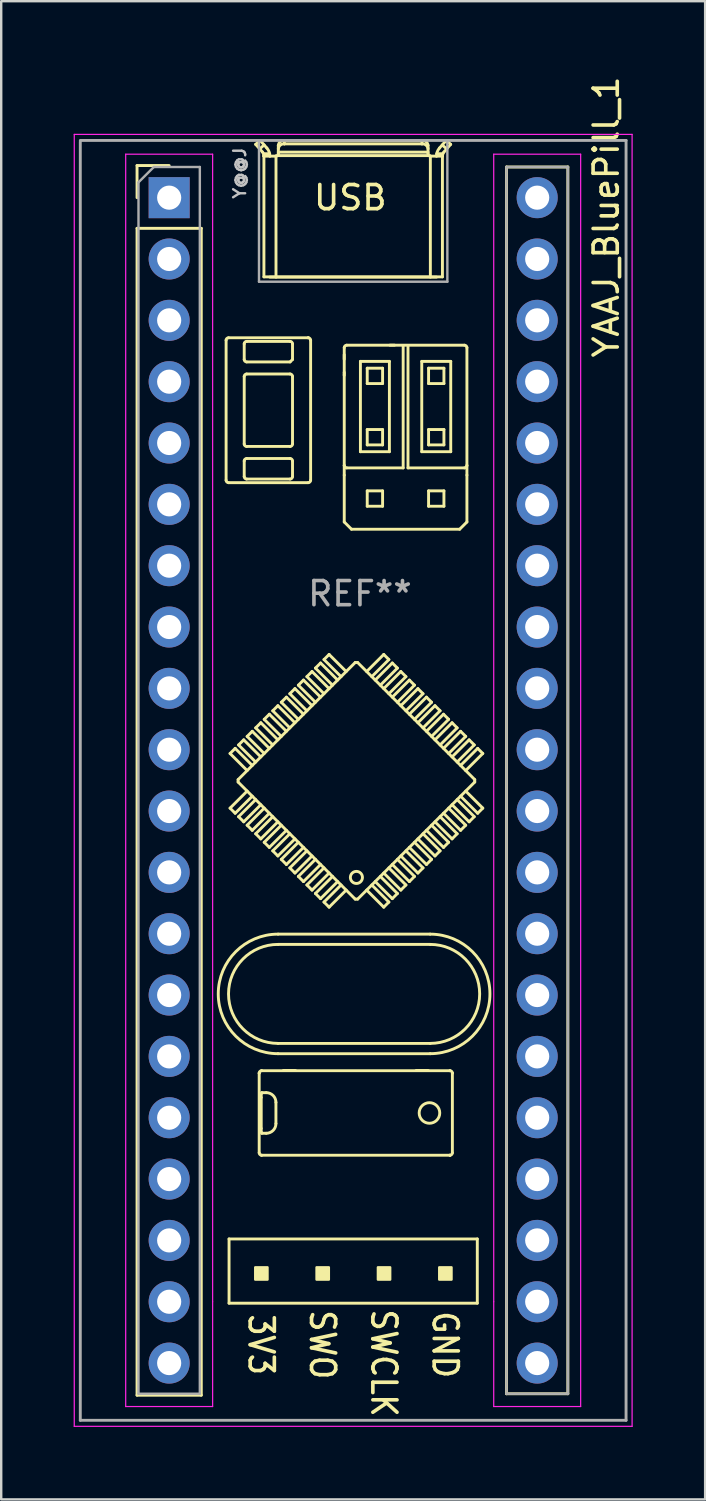
<source format=kicad_pcb>
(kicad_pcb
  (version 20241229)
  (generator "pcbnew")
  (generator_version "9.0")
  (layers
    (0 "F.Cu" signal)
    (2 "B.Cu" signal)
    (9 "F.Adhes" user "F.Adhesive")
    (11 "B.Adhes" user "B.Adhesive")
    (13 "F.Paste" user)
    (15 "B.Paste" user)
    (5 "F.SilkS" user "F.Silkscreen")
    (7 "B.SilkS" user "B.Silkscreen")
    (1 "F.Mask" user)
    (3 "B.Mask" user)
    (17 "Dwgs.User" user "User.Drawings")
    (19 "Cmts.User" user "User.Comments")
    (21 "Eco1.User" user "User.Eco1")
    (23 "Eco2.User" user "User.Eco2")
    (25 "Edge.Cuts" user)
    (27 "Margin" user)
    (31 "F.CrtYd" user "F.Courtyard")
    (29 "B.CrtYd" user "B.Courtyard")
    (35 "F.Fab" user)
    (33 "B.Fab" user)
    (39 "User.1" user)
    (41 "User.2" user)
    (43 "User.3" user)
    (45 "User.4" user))
  (footprint "YAAJ_BluePill_1"
    (layer "F.Cu")
    (at 3.955 5.135)
    (property "Reference" "YAAJ_BluePill_1" (at 18.1 0.8 270) (layer "F.SilkS") (effects (font (size 1 1) (thickness 0.15))))
    (attr through_hole)
    (fp_line (start -1.33 -1.33) (end 0 -1.33) (stroke (width 0.12) (type solid)) (layer "F.SilkS"))
    (fp_line (start -1.33 0) (end -1.33 -1.33) (stroke (width 0.12) (type solid)) (layer "F.SilkS"))
    (fp_line (start -1.33 1.27) (end 1.33 1.27) (stroke (width 0.12) (type solid)) (layer "F.SilkS"))
    (fp_line (start -1.33 49.59) (end -1.33 1.27) (stroke (width 0.12) (type solid)) (layer "F.SilkS"))
    (fp_line (start 1.33 1.27) (end 1.33 49.59) (stroke (width 0.12) (type solid)) (layer "F.SilkS"))
    (fp_line (start 1.33 49.59) (end -1.33 49.59) (stroke (width 0.12) (type solid)) (layer "F.SilkS"))
    (fp_line (start 2.358 5.902) (end 2.358 11.702) (stroke (width 0.12) (type solid)) (layer "F.SilkS"))
    (fp_line (start 2.458 11.802) (end 5.758 11.802) (stroke (width 0.12) (type solid)) (layer "F.SilkS"))
    (fp_line (start 2.48 43.12) (end 2.48 45.78) (stroke (width 0.12) (type solid)) (layer "F.SilkS"))
    (fp_line (start 2.48 45.78) (end 12.76 45.78) (stroke (width 0.12) (type solid)) (layer "F.SilkS"))
    (fp_line (start 2.522 23.017) (end 3.229 23.724) (stroke (width 0.12) (type solid)) (layer "F.SilkS"))
    (fp_line (start 2.522 25.28) (end 3.229 24.573) (stroke (width 0.12) (type solid)) (layer "F.SilkS"))
    (fp_line (start 2.734 22.805) (end 2.522 23.017) (stroke (width 0.12) (type solid)) (layer "F.SilkS"))
    (fp_line (start 2.734 22.805) (end 3.441 23.512) (stroke (width 0.12) (type solid)) (layer "F.SilkS"))
    (fp_line (start 2.734 25.492) (end 2.522 25.28) (stroke (width 0.12) (type solid)) (layer "F.SilkS"))
    (fp_line (start 2.734 25.492) (end 3.441 24.785) (stroke (width 0.12) (type solid)) (layer "F.SilkS"))
    (fp_line (start 2.855 24.199) (end 2.855 24.099) (stroke (width 0.12) (type solid)) (layer "F.SilkS"))
    (fp_line (start 2.855 24.199) (end 7.704 29.048) (stroke (width 0.12) (type solid)) (layer "F.SilkS"))
    (fp_line (start 2.875 22.664) (end 3.583 23.371) (stroke (width 0.12) (type solid)) (layer "F.SilkS"))
    (fp_line (start 2.875 25.634) (end 3.583 24.926) (stroke (width 0.12) (type solid)) (layer "F.SilkS"))
    (fp_line (start 3.088 22.452) (end 2.875 22.664) (stroke (width 0.12) (type solid)) (layer "F.SilkS"))
    (fp_line (start 3.088 22.452) (end 3.795 23.159) (stroke (width 0.12) (type solid)) (layer "F.SilkS"))
    (fp_line (start 3.088 25.846) (end 2.875 25.634) (stroke (width 0.12) (type solid)) (layer "F.SilkS"))
    (fp_line (start 3.088 25.846) (end 3.795 25.139) (stroke (width 0.12) (type solid)) (layer "F.SilkS"))
    (fp_line (start 3.108 6.702) (end 3.108 6.052) (stroke (width 0.12) (type solid)) (layer "F.SilkS"))
    (fp_line (start 3.108 10.202) (end 3.108 7.402) (stroke (width 0.12) (type solid)) (layer "F.SilkS"))
    (fp_line (start 3.108 11.552) (end 3.108 10.902) (stroke (width 0.12) (type solid)) (layer "F.SilkS"))
    (fp_line (start 3.208 5.952) (end 5.008 5.952) (stroke (width 0.12) (type solid)) (layer "F.SilkS"))
    (fp_line (start 3.208 7.302) (end 5.008 7.302) (stroke (width 0.12) (type solid)) (layer "F.SilkS"))
    (fp_line (start 3.208 10.802) (end 5.008 10.802) (stroke (width 0.12) (type solid)) (layer "F.SilkS"))
    (fp_line (start 3.229 22.31) (end 3.936 23.017) (stroke (width 0.12) (type solid)) (layer "F.SilkS"))
    (fp_line (start 3.229 25.987) (end 3.936 25.28) (stroke (width 0.12) (type solid)) (layer "F.SilkS"))
    (fp_line (start 3.441 22.098) (end 3.229 22.31) (stroke (width 0.12) (type solid)) (layer "F.SilkS"))
    (fp_line (start 3.441 22.098) (end 4.148 22.805) (stroke (width 0.12) (type solid)) (layer "F.SilkS"))
    (fp_line (start 3.441 26.199) (end 3.229 25.987) (stroke (width 0.12) (type solid)) (layer "F.SilkS"))
    (fp_line (start 3.441 26.199) (end 4.148 25.492) (stroke (width 0.12) (type solid)) (layer "F.SilkS"))
    (fp_line (start 3.583 -2.207) (end 3.861 -1.891) (stroke (width 0.12) (type solid)) (layer "F.SilkS"))
    (fp_line (start 3.583 21.957) (end 4.29 22.664) (stroke (width 0.12) (type solid)) (layer "F.SilkS"))
    (fp_line (start 3.583 26.341) (end 4.29 25.634) (stroke (width 0.12) (type solid)) (layer "F.SilkS"))
    (fp_line (start 3.728 36.253) (end 3.728 39.553) (stroke (width 0.12) (type solid)) (layer "F.SilkS"))
    (fp_line (start 3.728 36.252) (end 3.728 36.253) (stroke (width 0.12) (type solid)) (layer "F.SilkS"))
    (fp_line (start 3.748 -2.02) (end 3.933 -2.182) (stroke (width 0.12) (type solid)) (layer "F.SilkS"))
    (fp_line (start 3.767 -2.37) (end 3.583 -2.207) (stroke (width 0.12) (type solid)) (layer "F.SilkS"))
    (fp_line (start 3.795 21.744) (end 3.583 21.957) (stroke (width 0.12) (type solid)) (layer "F.SilkS"))
    (fp_line (start 3.795 21.744) (end 4.502 22.452) (stroke (width 0.12) (type solid)) (layer "F.SilkS"))
    (fp_line (start 3.795 26.553) (end 3.583 26.341) (stroke (width 0.12) (type solid)) (layer "F.SilkS"))
    (fp_line (start 3.795 26.553) (end 4.502 25.846) (stroke (width 0.12) (type solid)) (layer "F.SilkS"))
    (fp_line (start 3.812 38.544) (end 3.812 37.262) (stroke (width 0.12) (type solid)) (layer "F.SilkS"))
    (fp_line (start 3.827 39.653) (end 3.828 39.653) (stroke (width 0.12) (type solid)) (layer "F.SilkS"))
    (fp_line (start 3.828 36.153) (end 3.827 36.153) (stroke (width 0.12) (type solid)) (layer "F.SilkS"))
    (fp_line (start 3.828 36.153) (end 11.628 36.153) (stroke (width 0.12) (type solid)) (layer "F.SilkS"))
    (fp_line (start 3.828 39.653) (end 11.628 39.653) (stroke (width 0.12) (type solid)) (layer "F.SilkS"))
    (fp_line (start 3.834 38.744) (end 4.021 38.744) (stroke (width 0.12) (type solid)) (layer "F.SilkS"))
    (fp_line (start 3.924 -1.728) (end 3.929 -1.72) (stroke (width 0.12) (type solid)) (layer "F.SilkS"))
    (fp_line (start 3.924 -1.726) (end 3.924 -1.728) (stroke (width 0.12) (type solid)) (layer "F.SilkS"))
    (fp_line (start 3.924 -1.726) (end 3.924 3.28) (stroke (width 0.12) (type solid)) (layer "F.SilkS"))
    (fp_line (start 3.929 -1.72) (end 3.93 -1.72) (stroke (width 0.12) (type solid)) (layer "F.SilkS"))
    (fp_line (start 3.93 -1.72) (end 4.42 -1.72) (stroke (width 0.12) (type solid)) (layer "F.SilkS"))
    (fp_line (start 3.936 21.603) (end 4.643 22.31) (stroke (width 0.12) (type solid)) (layer "F.SilkS"))
    (fp_line (start 3.936 26.694) (end 4.643 25.987) (stroke (width 0.12) (type solid)) (layer "F.SilkS"))
    (fp_line (start 4.021 37.062) (end 3.834 37.062) (stroke (width 0.12) (type solid)) (layer "F.SilkS"))
    (fp_line (start 4.045 -2.055) (end 3.767 -2.37) (stroke (width 0.12) (type solid)) (layer "F.SilkS"))
    (fp_line (start 4.148 21.391) (end 3.936 21.603) (stroke (width 0.12) (type solid)) (layer "F.SilkS"))
    (fp_line (start 4.148 21.391) (end 4.855 22.098) (stroke (width 0.12) (type solid)) (layer "F.SilkS"))
    (fp_line (start 4.148 26.906) (end 3.936 26.694) (stroke (width 0.12) (type solid)) (layer "F.SilkS"))
    (fp_line (start 4.148 26.906) (end 4.855 26.199) (stroke (width 0.12) (type solid)) (layer "F.SilkS"))
    (fp_line (start 4.161 -1.82) (end 3.905 -1.82) (stroke (width 0.12) (type solid)) (layer "F.SilkS"))
    (fp_line (start 4.17 -1.72) (end 4.17 -1.724) (stroke (width 0.12) (type solid)) (layer "F.SilkS"))
    (fp_line (start 4.29 21.249) (end 4.997 21.957) (stroke (width 0.12) (type solid)) (layer "F.SilkS"))
    (fp_line (start 4.29 27.048) (end 4.997 26.341) (stroke (width 0.12) (type solid)) (layer "F.SilkS"))
    (fp_line (start 4.42 -1.72) (end 4.424 -1.72) (stroke (width 0.12) (type solid)) (layer "F.SilkS"))
    (fp_line (start 4.421 37.462) (end 4.421 38.344) (stroke (width 0.12) (type solid)) (layer "F.SilkS"))
    (fp_line (start 4.424 -1.72) (end 4.424 3.29) (stroke (width 0.12) (type solid)) (layer "F.SilkS"))
    (fp_line (start 4.502 21.037) (end 4.29 21.249) (stroke (width 0.12) (type solid)) (layer "F.SilkS"))
    (fp_line (start 4.502 21.037) (end 5.209 21.744) (stroke (width 0.12) (type solid)) (layer "F.SilkS"))
    (fp_line (start 4.502 27.26) (end 4.29 27.048) (stroke (width 0.12) (type solid)) (layer "F.SilkS"))
    (fp_line (start 4.502 27.26) (end 5.209 26.553) (stroke (width 0.12) (type solid)) (layer "F.SilkS"))
    (fp_line (start 4.508 30.923) (end 10.808 30.923) (stroke (width 0.12) (type solid)) (layer "F.SilkS"))
    (fp_line (start 4.508 35.448) (end 10.808 35.448) (stroke (width 0.12) (type solid)) (layer "F.SilkS"))
    (fp_line (start 4.52 -2.165) (end 4.52 -1.82) (stroke (width 0.12) (type solid)) (layer "F.SilkS"))
    (fp_line (start 4.52 -1.885) (end 10.72 -1.885) (stroke (width 0.12) (type solid)) (layer "F.SilkS"))
    (fp_line (start 4.643 20.896) (end 5.35 21.603) (stroke (width 0.12) (type solid)) (layer "F.SilkS"))
    (fp_line (start 4.643 27.401) (end 5.35 26.694) (stroke (width 0.12) (type solid)) (layer "F.SilkS"))
    (fp_line (start 4.77 -2.227) (end 4.77 -2.37) (stroke (width 0.12) (type solid)) (layer "F.SilkS"))
    (fp_line (start 4.855 20.684) (end 4.643 20.896) (stroke (width 0.12) (type solid)) (layer "F.SilkS"))
    (fp_line (start 4.855 20.684) (end 5.562 21.391) (stroke (width 0.12) (type solid)) (layer "F.SilkS"))
    (fp_line (start 4.855 27.613) (end 4.643 27.401) (stroke (width 0.12) (type solid)) (layer "F.SilkS"))
    (fp_line (start 4.855 27.613) (end 5.562 26.906) (stroke (width 0.12) (type solid)) (layer "F.SilkS"))
    (fp_line (start 4.997 20.542) (end 5.704 21.249) (stroke (width 0.12) (type solid)) (layer "F.SilkS"))
    (fp_line (start 4.997 27.755) (end 5.704 27.048) (stroke (width 0.12) (type solid)) (layer "F.SilkS"))
    (fp_line (start 5.008 6.802) (end 3.208 6.802) (stroke (width 0.12) (type solid)) (layer "F.SilkS"))
    (fp_line (start 5.008 10.302) (end 3.208 10.302) (stroke (width 0.12) (type solid)) (layer "F.SilkS"))
    (fp_line (start 5.008 11.652) (end 3.208 11.652) (stroke (width 0.12) (type solid)) (layer "F.SilkS"))
    (fp_line (start 5.108 6.052) (end 5.108 6.702) (stroke (width 0.12) (type solid)) (layer "F.SilkS"))
    (fp_line (start 5.108 6.702) (end 5.008 6.802) (stroke (width 0.12) (type solid)) (layer "F.SilkS"))
    (fp_line (start 5.108 7.402) (end 5.108 10.202) (stroke (width 0.12) (type solid)) (layer "F.SilkS"))
    (fp_line (start 5.108 10.902) (end 5.108 11.552) (stroke (width 0.12) (type solid)) (layer "F.SilkS"))
    (fp_line (start 5.209 20.33) (end 4.997 20.542) (stroke (width 0.12) (type solid)) (layer "F.SilkS"))
    (fp_line (start 5.209 20.33) (end 5.916 21.037) (stroke (width 0.12) (type solid)) (layer "F.SilkS"))
    (fp_line (start 5.209 27.967) (end 4.997 27.755) (stroke (width 0.12) (type solid)) (layer "F.SilkS"))
    (fp_line (start 5.209 27.967) (end 5.916 27.26) (stroke (width 0.12) (type solid)) (layer "F.SilkS"))
    (fp_line (start 5.228 36.143) (end 4.728 36.143) (stroke (width 0.12) (type solid)) (layer "F.SilkS"))
    (fp_line (start 5.35 20.189) (end 6.057 20.896) (stroke (width 0.12) (type solid)) (layer "F.SilkS"))
    (fp_line (start 5.35 28.108) (end 6.057 27.401) (stroke (width 0.12) (type solid)) (layer "F.SilkS"))
    (fp_line (start 5.562 19.977) (end 5.35 20.189) (stroke (width 0.12) (type solid)) (layer "F.SilkS"))
    (fp_line (start 5.562 19.977) (end 6.27 20.684) (stroke (width 0.12) (type solid)) (layer "F.SilkS"))
    (fp_line (start 5.562 28.321) (end 5.35 28.108) (stroke (width 0.12) (type solid)) (layer "F.SilkS"))
    (fp_line (start 5.562 28.321) (end 6.27 27.613) (stroke (width 0.12) (type solid)) (layer "F.SilkS"))
    (fp_line (start 5.704 19.835) (end 6.411 20.542) (stroke (width 0.12) (type solid)) (layer "F.SilkS"))
    (fp_line (start 5.704 28.462) (end 6.411 27.755) (stroke (width 0.12) (type solid)) (layer "F.SilkS"))
    (fp_line (start 5.758 5.802) (end 2.458 5.802) (stroke (width 0.12) (type solid)) (layer "F.SilkS"))
    (fp_line (start 5.762 5.802) (end 5.758 5.802) (stroke (width 0.12) (type solid)) (layer "F.SilkS"))
    (fp_line (start 5.858 11.702) (end 5.858 5.902) (stroke (width 0.12) (type solid)) (layer "F.SilkS"))
    (fp_line (start 5.916 19.623) (end 5.704 19.835) (stroke (width 0.12) (type solid)) (layer "F.SilkS"))
    (fp_line (start 5.916 19.623) (end 6.623 20.33) (stroke (width 0.12) (type solid)) (layer "F.SilkS"))
    (fp_line (start 5.916 28.674) (end 5.704 28.462) (stroke (width 0.12) (type solid)) (layer "F.SilkS"))
    (fp_line (start 5.916 28.674) (end 6.623 27.967) (stroke (width 0.12) (type solid)) (layer "F.SilkS"))
    (fp_line (start 6.057 19.482) (end 6.765 20.189) (stroke (width 0.12) (type solid)) (layer "F.SilkS"))
    (fp_line (start 6.057 28.815) (end 6.765 28.108) (stroke (width 0.12) (type solid)) (layer "F.SilkS"))
    (fp_line (start 6.27 19.27) (end 6.057 19.482) (stroke (width 0.12) (type solid)) (layer "F.SilkS"))
    (fp_line (start 6.27 19.27) (end 6.977 19.977) (stroke (width 0.12) (type solid)) (layer "F.SilkS"))
    (fp_line (start 6.27 29.028) (end 6.057 28.815) (stroke (width 0.12) (type solid)) (layer "F.SilkS"))
    (fp_line (start 6.27 29.028) (end 6.977 28.321) (stroke (width 0.12) (type solid)) (layer "F.SilkS"))
    (fp_line (start 6.411 19.128) (end 7.118 19.835) (stroke (width 0.12) (type solid)) (layer "F.SilkS"))
    (fp_line (start 6.411 29.169) (end 7.118 28.462) (stroke (width 0.12) (type solid)) (layer "F.SilkS"))
    (fp_line (start 6.623 18.916) (end 6.411 19.128) (stroke (width 0.12) (type solid)) (layer "F.SilkS"))
    (fp_line (start 6.623 18.916) (end 7.33 19.623) (stroke (width 0.12) (type solid)) (layer "F.SilkS"))
    (fp_line (start 6.623 29.381) (end 6.411 29.169) (stroke (width 0.12) (type solid)) (layer "F.SilkS"))
    (fp_line (start 6.623 29.381) (end 7.33 28.674) (stroke (width 0.12) (type solid)) (layer "F.SilkS"))
    (fp_line (start 7.249 6.502) (end 7.249 6.691) (stroke (width 0.12) (type solid)) (layer "F.SilkS"))
    (fp_line (start 7.249 7.231) (end 7.249 7.265) (stroke (width 0.12) (type solid)) (layer "F.SilkS"))
    (fp_line (start 7.249 7.315) (end 7.249 7.359) (stroke (width 0.12) (type solid)) (layer "F.SilkS"))
    (fp_line (start 7.25 11.09) (end 7.25 6.21) (stroke (width 0.12) (type solid)) (layer "F.SilkS"))
    (fp_line (start 7.25 11.09) (end 7.25 11.49) (stroke (width 0.12) (type solid)) (layer "F.SilkS"))
    (fp_line (start 7.25 11.49) (end 7.25 13.43) (stroke (width 0.12) (type solid)) (layer "F.SilkS"))
    (fp_line (start 7.25 13.43) (end 7.55 13.73) (stroke (width 0.12) (type solid)) (layer "F.SilkS"))
    (fp_line (start 7.35 6.11) (end 12.23 6.11) (stroke (width 0.12) (type solid)) (layer "F.SilkS"))
    (fp_line (start 7.55 13.73) (end 12.03 13.73) (stroke (width 0.12) (type solid)) (layer "F.SilkS"))
    (fp_line (start 7.704 19.249) (end 2.855 24.099) (stroke (width 0.12) (type solid)) (layer "F.SilkS"))
    (fp_line (start 7.704 29.048) (end 7.804 29.048) (stroke (width 0.12) (type solid)) (layer "F.SilkS"))
    (fp_line (start 7.804 19.249) (end 7.704 19.249) (stroke (width 0.12) (type solid)) (layer "F.SilkS"))
    (fp_line (start 7.92 6.78) (end 9.12 6.78) (stroke (width 0.12) (type solid)) (layer "F.SilkS"))
    (fp_line (start 7.92 10.52) (end 7.92 6.78) (stroke (width 0.12) (type solid)) (layer "F.SilkS"))
    (fp_line (start 8.202 7.062) (end 8.838 7.062) (stroke (width 0.12) (type solid)) (layer "F.SilkS"))
    (fp_line (start 8.202 7.698) (end 8.202 7.062) (stroke (width 0.12) (type solid)) (layer "F.SilkS"))
    (fp_line (start 8.202 9.602) (end 8.838 9.602) (stroke (width 0.12) (type solid)) (layer "F.SilkS"))
    (fp_line (start 8.202 10.238) (end 8.202 9.602) (stroke (width 0.12) (type solid)) (layer "F.SilkS"))
    (fp_line (start 8.202 12.142) (end 8.838 12.142) (stroke (width 0.12) (type solid)) (layer "F.SilkS"))
    (fp_line (start 8.202 12.778) (end 8.202 12.142) (stroke (width 0.12) (type solid)) (layer "F.SilkS"))
    (fp_line (start 8.838 7.062) (end 8.838 7.698) (stroke (width 0.12) (type solid)) (layer "F.SilkS"))
    (fp_line (start 8.838 7.698) (end 8.202 7.698) (stroke (width 0.12) (type solid)) (layer "F.SilkS"))
    (fp_line (start 8.838 9.602) (end 8.838 10.238) (stroke (width 0.12) (type solid)) (layer "F.SilkS"))
    (fp_line (start 8.838 10.238) (end 8.202 10.238) (stroke (width 0.12) (type solid)) (layer "F.SilkS"))
    (fp_line (start 8.838 12.142) (end 8.838 12.778) (stroke (width 0.12) (type solid)) (layer "F.SilkS"))
    (fp_line (start 8.838 12.778) (end 8.202 12.778) (stroke (width 0.12) (type solid)) (layer "F.SilkS"))
    (fp_line (start 8.886 18.916) (end 8.179 19.623) (stroke (width 0.12) (type solid)) (layer "F.SilkS"))
    (fp_line (start 8.886 29.381) (end 8.179 28.674) (stroke (width 0.12) (type solid)) (layer "F.SilkS"))
    (fp_line (start 9.098 19.128) (end 8.391 19.835) (stroke (width 0.12) (type solid)) (layer "F.SilkS"))
    (fp_line (start 9.098 19.128) (end 8.886 18.916) (stroke (width 0.12) (type solid)) (layer "F.SilkS"))
    (fp_line (start 9.098 29.169) (end 8.391 28.462) (stroke (width 0.12) (type solid)) (layer "F.SilkS"))
    (fp_line (start 9.098 29.169) (end 8.886 29.381) (stroke (width 0.12) (type solid)) (layer "F.SilkS"))
    (fp_line (start 9.12 6.78) (end 9.12 10.52) (stroke (width 0.12) (type solid)) (layer "F.SilkS"))
    (fp_line (start 9.12 10.52) (end 7.92 10.52) (stroke (width 0.12) (type solid)) (layer "F.SilkS"))
    (fp_line (start 9.239 19.27) (end 8.532 19.977) (stroke (width 0.12) (type solid)) (layer "F.SilkS"))
    (fp_line (start 9.239 29.028) (end 8.532 28.321) (stroke (width 0.12) (type solid)) (layer "F.SilkS"))
    (fp_line (start 9.331 6.109) (end 9.142 6.109) (stroke (width 0.12) (type solid)) (layer "F.SilkS"))
    (fp_line (start 9.452 19.482) (end 8.744 20.189) (stroke (width 0.12) (type solid)) (layer "F.SilkS"))
    (fp_line (start 9.452 19.482) (end 9.239 19.27) (stroke (width 0.12) (type solid)) (layer "F.SilkS"))
    (fp_line (start 9.452 28.815) (end 8.744 28.108) (stroke (width 0.12) (type solid)) (layer "F.SilkS"))
    (fp_line (start 9.452 28.815) (end 9.239 29.028) (stroke (width 0.12) (type solid)) (layer "F.SilkS"))
    (fp_line (start 9.593 19.623) (end 8.886 20.33) (stroke (width 0.12) (type solid)) (layer "F.SilkS"))
    (fp_line (start 9.593 28.674) (end 8.886 27.967) (stroke (width 0.12) (type solid)) (layer "F.SilkS"))
    (fp_line (start 9.69 11.19) (end 7.35 11.19) (stroke (width 0.12) (type solid)) (layer "F.SilkS"))
    (fp_line (start 9.69 11.19) (end 9.69 6.121) (stroke (width 0.12) (type solid)) (layer "F.SilkS"))
    (fp_line (start 9.805 19.835) (end 9.098 20.542) (stroke (width 0.12) (type solid)) (layer "F.SilkS"))
    (fp_line (start 9.805 19.835) (end 9.593 19.623) (stroke (width 0.12) (type solid)) (layer "F.SilkS"))
    (fp_line (start 9.805 28.462) (end 9.098 27.755) (stroke (width 0.12) (type solid)) (layer "F.SilkS"))
    (fp_line (start 9.805 28.462) (end 9.593 28.674) (stroke (width 0.12) (type solid)) (layer "F.SilkS"))
    (fp_line (start 9.89 6.121) (end 9.89 11.19) (stroke (width 0.12) (type solid)) (layer "F.SilkS"))
    (fp_line (start 9.947 19.977) (end 9.239 20.684) (stroke (width 0.12) (type solid)) (layer "F.SilkS"))
    (fp_line (start 9.947 28.321) (end 9.239 27.613) (stroke (width 0.12) (type solid)) (layer "F.SilkS"))
    (fp_line (start 10.159 20.189) (end 9.452 20.896) (stroke (width 0.12) (type solid)) (layer "F.SilkS"))
    (fp_line (start 10.159 20.189) (end 9.947 19.977) (stroke (width 0.12) (type solid)) (layer "F.SilkS"))
    (fp_line (start 10.159 28.108) (end 9.452 27.401) (stroke (width 0.12) (type solid)) (layer "F.SilkS"))
    (fp_line (start 10.159 28.108) (end 9.947 28.321) (stroke (width 0.12) (type solid)) (layer "F.SilkS"))
    (fp_line (start 10.228 36.143) (end 10.728 36.143) (stroke (width 0.12) (type solid)) (layer "F.SilkS"))
    (fp_line (start 10.3 20.33) (end 9.593 21.037) (stroke (width 0.12) (type solid)) (layer "F.SilkS"))
    (fp_line (start 10.3 27.967) (end 9.593 27.26) (stroke (width 0.12) (type solid)) (layer "F.SilkS"))
    (fp_line (start 10.46 6.78) (end 11.66 6.78) (stroke (width 0.12) (type solid)) (layer "F.SilkS"))
    (fp_line (start 10.46 10.52) (end 10.46 6.78) (stroke (width 0.12) (type solid)) (layer "F.SilkS"))
    (fp_line (start 10.47 -2.37) (end 4.77 -2.37) (stroke (width 0.12) (type solid)) (layer "F.SilkS"))
    (fp_line (start 10.47 -2.227) (end 4.77 -2.227) (stroke (width 0.12) (type solid)) (layer "F.SilkS"))
    (fp_line (start 10.47 -2.227) (end 10.47 -2.37) (stroke (width 0.12) (type solid)) (layer "F.SilkS"))
    (fp_line (start 10.512 20.542) (end 9.805 21.249) (stroke (width 0.12) (type solid)) (layer "F.SilkS"))
    (fp_line (start 10.512 20.542) (end 10.3 20.33) (stroke (width 0.12) (type solid)) (layer "F.SilkS"))
    (fp_line (start 10.512 27.755) (end 9.805 27.048) (stroke (width 0.12) (type solid)) (layer "F.SilkS"))
    (fp_line (start 10.512 27.755) (end 10.3 27.967) (stroke (width 0.12) (type solid)) (layer "F.SilkS"))
    (fp_line (start 10.654 20.684) (end 9.947 21.391) (stroke (width 0.12) (type solid)) (layer "F.SilkS"))
    (fp_line (start 10.654 27.613) (end 9.947 26.906) (stroke (width 0.12) (type solid)) (layer "F.SilkS"))
    (fp_line (start 10.72 -2.165) (end 10.72 -1.82) (stroke (width 0.12) (type solid)) (layer "F.SilkS"))
    (fp_line (start 10.742 7.062) (end 11.378 7.062) (stroke (width 0.12) (type solid)) (layer "F.SilkS"))
    (fp_line (start 10.742 7.698) (end 10.742 7.062) (stroke (width 0.12) (type solid)) (layer "F.SilkS"))
    (fp_line (start 10.742 9.602) (end 11.378 9.602) (stroke (width 0.12) (type solid)) (layer "F.SilkS"))
    (fp_line (start 10.742 10.238) (end 10.742 9.602) (stroke (width 0.12) (type solid)) (layer "F.SilkS"))
    (fp_line (start 10.742 12.142) (end 11.378 12.142) (stroke (width 0.12) (type solid)) (layer "F.SilkS"))
    (fp_line (start 10.742 12.778) (end 10.742 12.142) (stroke (width 0.12) (type solid)) (layer "F.SilkS"))
    (fp_line (start 10.758 -1.741) (end 4.482 -1.741) (stroke (width 0.12) (type solid)) (layer "F.SilkS"))
    (fp_line (start 10.808 30.498) (end 4.508 30.498) (stroke (width 0.12) (type solid)) (layer "F.SilkS"))
    (fp_line (start 10.808 35.023) (end 4.508 35.023) (stroke (width 0.12) (type solid)) (layer "F.SilkS"))
    (fp_line (start 10.816 -1.72) (end 10.816 3.29) (stroke (width 0.12) (type solid)) (layer "F.SilkS"))
    (fp_line (start 10.82 -1.72) (end 10.816 -1.72) (stroke (width 0.12) (type solid)) (layer "F.SilkS"))
    (fp_line (start 10.866 20.896) (end 10.159 21.603) (stroke (width 0.12) (type solid)) (layer "F.SilkS"))
    (fp_line (start 10.866 20.896) (end 10.654 20.684) (stroke (width 0.12) (type solid)) (layer "F.SilkS"))
    (fp_line (start 10.866 27.401) (end 10.159 26.694) (stroke (width 0.12) (type solid)) (layer "F.SilkS"))
    (fp_line (start 10.866 27.401) (end 10.654 27.613) (stroke (width 0.12) (type solid)) (layer "F.SilkS"))
    (fp_line (start 11.007 21.037) (end 10.3 21.744) (stroke (width 0.12) (type solid)) (layer "F.SilkS"))
    (fp_line (start 11.007 27.26) (end 10.3 26.553) (stroke (width 0.12) (type solid)) (layer "F.SilkS"))
    (fp_line (start 11.07 -1.72) (end 11.07 -1.724) (stroke (width 0.12) (type solid)) (layer "F.SilkS"))
    (fp_line (start 11.07 3.29) (end 4.17 3.29) (stroke (width 0.12) (type solid)) (layer "F.SilkS"))
    (fp_line (start 11.079 -1.82) (end 11.335 -1.82) (stroke (width 0.12) (type solid)) (layer "F.SilkS"))
    (fp_line (start 11.195 -2.055) (end 11.473 -2.37) (stroke (width 0.12) (type solid)) (layer "F.SilkS"))
    (fp_line (start 11.219 21.249) (end 10.512 21.957) (stroke (width 0.12) (type solid)) (layer "F.SilkS"))
    (fp_line (start 11.219 21.249) (end 11.007 21.037) (stroke (width 0.12) (type solid)) (layer "F.SilkS"))
    (fp_line (start 11.219 27.048) (end 10.512 26.341) (stroke (width 0.12) (type solid)) (layer "F.SilkS"))
    (fp_line (start 11.219 27.048) (end 11.007 27.26) (stroke (width 0.12) (type solid)) (layer "F.SilkS"))
    (fp_line (start 11.31 -1.72) (end 10.82 -1.72) (stroke (width 0.12) (type solid)) (layer "F.SilkS"))
    (fp_line (start 11.311 -1.72) (end 11.31 -1.72) (stroke (width 0.12) (type solid)) (layer "F.SilkS"))
    (fp_line (start 11.316 -1.726) (end 11.316 3.28) (stroke (width 0.12) (type solid)) (layer "F.SilkS"))
    (fp_line (start 11.316 -1.726) (end 11.316 -1.728) (stroke (width 0.12) (type solid)) (layer "F.SilkS"))
    (fp_line (start 11.316 3.28) (end 3.924 3.28) (stroke (width 0.12) (type solid)) (layer "F.SilkS"))
    (fp_line (start 11.316 -1.728) (end 11.311 -1.72) (stroke (width 0.12) (type solid)) (layer "F.SilkS"))
    (fp_line (start 11.361 21.391) (end 10.654 22.098) (stroke (width 0.12) (type solid)) (layer "F.SilkS"))
    (fp_line (start 11.361 26.906) (end 10.654 26.199) (stroke (width 0.12) (type solid)) (layer "F.SilkS"))
    (fp_line (start 11.378 7.062) (end 11.378 7.698) (stroke (width 0.12) (type solid)) (layer "F.SilkS"))
    (fp_line (start 11.378 7.698) (end 10.742 7.698) (stroke (width 0.12) (type solid)) (layer "F.SilkS"))
    (fp_line (start 11.378 9.602) (end 11.378 10.238) (stroke (width 0.12) (type solid)) (layer "F.SilkS"))
    (fp_line (start 11.378 10.238) (end 10.742 10.238) (stroke (width 0.12) (type solid)) (layer "F.SilkS"))
    (fp_line (start 11.378 12.142) (end 11.378 12.778) (stroke (width 0.12) (type solid)) (layer "F.SilkS"))
    (fp_line (start 11.378 12.778) (end 10.742 12.778) (stroke (width 0.12) (type solid)) (layer "F.SilkS"))
    (fp_line (start 11.473 -2.37) (end 11.657 -2.207) (stroke (width 0.12) (type solid)) (layer "F.SilkS"))
    (fp_line (start 11.492 -2.02) (end 11.307 -2.182) (stroke (width 0.12) (type solid)) (layer "F.SilkS"))
    (fp_line (start 11.573 21.603) (end 10.866 22.31) (stroke (width 0.12) (type solid)) (layer "F.SilkS"))
    (fp_line (start 11.573 21.603) (end 11.361 21.391) (stroke (width 0.12) (type solid)) (layer "F.SilkS"))
    (fp_line (start 11.573 26.694) (end 10.866 25.987) (stroke (width 0.12) (type solid)) (layer "F.SilkS"))
    (fp_line (start 11.573 26.694) (end 11.361 26.906) (stroke (width 0.12) (type solid)) (layer "F.SilkS"))
    (fp_line (start 11.628 39.653) (end 11.628 39.653) (stroke (width 0.12) (type solid)) (layer "F.SilkS"))
    (fp_line (start 11.628 36.153) (end 11.628 36.153) (stroke (width 0.12) (type solid)) (layer "F.SilkS"))
    (fp_line (start 11.629 39.653) (end 11.628 39.653) (stroke (width 0.12) (type solid)) (layer "F.SilkS"))
    (fp_line (start 11.657 -2.207) (end 11.379 -1.891) (stroke (width 0.12) (type solid)) (layer "F.SilkS"))
    (fp_line (start 11.66 6.78) (end 11.66 10.52) (stroke (width 0.12) (type solid)) (layer "F.SilkS"))
    (fp_line (start 11.66 10.52) (end 10.46 10.52) (stroke (width 0.12) (type solid)) (layer "F.SilkS"))
    (fp_line (start 11.714 21.744) (end 11.007 22.452) (stroke (width 0.12) (type solid)) (layer "F.SilkS"))
    (fp_line (start 11.714 26.553) (end 11.007 25.846) (stroke (width 0.12) (type solid)) (layer "F.SilkS"))
    (fp_line (start 11.728 36.253) (end 11.728 36.252) (stroke (width 0.12) (type solid)) (layer "F.SilkS"))
    (fp_line (start 11.728 36.253) (end 11.728 39.553) (stroke (width 0.12) (type solid)) (layer "F.SilkS"))
    (fp_line (start 11.926 21.957) (end 11.219 22.664) (stroke (width 0.12) (type solid)) (layer "F.SilkS"))
    (fp_line (start 11.926 21.957) (end 11.714 21.744) (stroke (width 0.12) (type solid)) (layer "F.SilkS"))
    (fp_line (start 11.926 26.341) (end 11.219 25.634) (stroke (width 0.12) (type solid)) (layer "F.SilkS"))
    (fp_line (start 11.926 26.341) (end 11.714 26.553) (stroke (width 0.12) (type solid)) (layer "F.SilkS"))
    (fp_line (start 12.03 13.73) (end 12.33 13.43) (stroke (width 0.12) (type solid)) (layer "F.SilkS"))
    (fp_line (start 12.068 22.098) (end 11.361 22.805) (stroke (width 0.12) (type solid)) (layer "F.SilkS"))
    (fp_line (start 12.068 26.199) (end 11.361 25.492) (stroke (width 0.12) (type solid)) (layer "F.SilkS"))
    (fp_line (start 12.23 11.19) (end 9.89 11.19) (stroke (width 0.12) (type solid)) (layer "F.SilkS"))
    (fp_line (start 12.28 22.31) (end 11.573 23.017) (stroke (width 0.12) (type solid)) (layer "F.SilkS"))
    (fp_line (start 12.28 22.31) (end 12.068 22.098) (stroke (width 0.12) (type solid)) (layer "F.SilkS"))
    (fp_line (start 12.28 25.987) (end 11.573 25.28) (stroke (width 0.12) (type solid)) (layer "F.SilkS"))
    (fp_line (start 12.28 25.987) (end 12.068 26.199) (stroke (width 0.12) (type solid)) (layer "F.SilkS"))
    (fp_line (start 12.33 6.21) (end 12.33 11.09) (stroke (width 0.12) (type solid)) (layer "F.SilkS"))
    (fp_line (start 12.33 11.49) (end 12.33 11.09) (stroke (width 0.12) (type solid)) (layer "F.SilkS"))
    (fp_line (start 12.33 13.43) (end 12.33 11.49) (stroke (width 0.12) (type solid)) (layer "F.SilkS"))
    (fp_line (start 12.421 22.452) (end 11.714 23.159) (stroke (width 0.12) (type solid)) (layer "F.SilkS"))
    (fp_line (start 12.421 25.846) (end 11.714 25.139) (stroke (width 0.12) (type solid)) (layer "F.SilkS"))
    (fp_line (start 12.634 22.664) (end 11.926 23.371) (stroke (width 0.12) (type solid)) (layer "F.SilkS"))
    (fp_line (start 12.634 22.664) (end 12.421 22.452) (stroke (width 0.12) (type solid)) (layer "F.SilkS"))
    (fp_line (start 12.634 25.634) (end 11.926 24.926) (stroke (width 0.12) (type solid)) (layer "F.SilkS"))
    (fp_line (start 12.634 25.634) (end 12.421 25.846) (stroke (width 0.12) (type solid)) (layer "F.SilkS"))
    (fp_line (start 12.654 24.099) (end 7.804 19.249) (stroke (width 0.12) (type solid)) (layer "F.SilkS"))
    (fp_line (start 12.654 24.099) (end 12.654 24.199) (stroke (width 0.12) (type solid)) (layer "F.SilkS"))
    (fp_line (start 12.654 24.199) (end 7.804 29.048) (stroke (width 0.12) (type solid)) (layer "F.SilkS"))
    (fp_line (start 12.76 43.12) (end 2.48 43.12) (stroke (width 0.12) (type solid)) (layer "F.SilkS"))
    (fp_line (start 12.76 45.78) (end 12.76 43.12) (stroke (width 0.12) (type solid)) (layer "F.SilkS"))
    (fp_line (start 12.775 22.805) (end 12.068 23.512) (stroke (width 0.12) (type solid)) (layer "F.SilkS"))
    (fp_line (start 12.775 25.492) (end 12.068 24.785) (stroke (width 0.12) (type solid)) (layer "F.SilkS"))
    (fp_line (start 12.987 23.017) (end 12.28 23.724) (stroke (width 0.12) (type solid)) (layer "F.SilkS"))
    (fp_line (start 12.987 23.017) (end 12.775 22.805) (stroke (width 0.12) (type solid)) (layer "F.SilkS"))
    (fp_line (start 12.987 25.28) (end 12.28 24.573) (stroke (width 0.12) (type solid)) (layer "F.SilkS"))
    (fp_line (start 12.987 25.28) (end 12.775 25.492) (stroke (width 0.12) (type solid)) (layer "F.SilkS"))
    (fp_line (start 13.97 -1.27) (end 16.51 -1.27) (stroke (width 0.12) (type solid)) (layer "F.SilkS"))
    (fp_line (start 13.97 49.53) (end 13.97 -1.27) (stroke (width 0.12) (type solid)) (layer "F.SilkS"))
    (fp_line (start 16.51 -1.27) (end 16.51 49.53) (stroke (width 0.12) (type solid)) (layer "F.SilkS"))
    (fp_line (start 16.51 49.53) (end 13.97 49.53) (stroke (width 0.12) (type solid)) (layer "F.SilkS"))
    (fp_arc (start 2.357533 5.902277) (mid 2.386822 5.831566) (end 2.457533 5.802277) (stroke (width 0.12) (type solid)) (layer "F.SilkS"))
    (fp_arc (start 2.457533 11.802277) (mid 2.386822 11.772988) (end 2.357533 11.702277) (stroke (width 0.12) (type solid)) (layer "F.SilkS"))
    (fp_arc (start 3.107533 6.052277) (mid 3.136822 5.981566) (end 3.207533 5.952277) (stroke (width 0.12) (type solid)) (layer "F.SilkS"))
    (fp_arc (start 3.107533 7.402277) (mid 3.136822 7.331566) (end 3.207533 7.302277) (stroke (width 0.12) (type solid)) (layer "F.SilkS"))
    (fp_arc (start 3.107533 10.902277) (mid 3.136822 10.831566) (end 3.207533 10.802277) (stroke (width 0.12) (type solid)) (layer "F.SilkS"))
    (fp_arc (start 3.207533 6.802277) (mid 3.136822 6.772988) (end 3.107533 6.702277) (stroke (width 0.12) (type solid)) (layer "F.SilkS"))
    (fp_arc (start 3.207533 10.302277) (mid 3.136822 10.272988) (end 3.107533 10.202277) (stroke (width 0.12) (type solid)) (layer "F.SilkS"))
    (fp_arc (start 3.207533 11.652277) (mid 3.136822 11.622988) (end 3.107533 11.552277) (stroke (width 0.12) (type solid)) (layer "F.SilkS"))
    (fp_arc (start 3.72772 36.252189) (mid 3.757008 36.182098) (end 3.8271 36.152811) (stroke (width 0.12) (type solid)) (layer "F.SilkS"))
    (fp_arc (start 3.8118 37.261767) (mid 3.81207 37.160544) (end 3.834188 37.061767) (stroke (width 0.12) (type solid)) (layer "F.SilkS"))
    (fp_arc (start 3.827099 39.652807) (mid 3.757007 39.62352) (end 3.72772 39.553428) (stroke (width 0.12) (type solid)) (layer "F.SilkS"))
    (fp_arc (start 3.834188 38.743851) (mid 3.811626 38.645124) (end 3.8118 38.543851) (stroke (width 0.12) (type solid)) (layer "F.SilkS"))
    (fp_arc (start 3.861166 -1.890847) (mid 3.906942 -1.815275) (end 3.923572 -1.7285) (stroke (width 0.12) (type solid)) (layer "F.SilkS"))
    (fp_arc (start 4.020774 37.061767) (mid 4.303617 37.178924) (end 4.420774 37.461767) (stroke (width 0.12) (type solid)) (layer "F.SilkS"))
    (fp_arc (start 4.045142 -2.054759) (mid 4.137736 -1.900883) (end 4.169988 -1.724215) (stroke (width 0.12) (type solid)) (layer "F.SilkS"))
    (fp_arc (start 4.420774 38.343851) (mid 4.303617 38.626694) (end 4.020774 38.743851) (stroke (width 0.12) (type solid)) (layer "F.SilkS"))
    (fp_arc (start 4.50795 35.022588) (mid 2.45795 32.972588) (end 4.50795 30.922588) (stroke (width 0.12) (type solid)) (layer "F.SilkS"))
    (fp_arc (start 4.50795 35.447588) (mid 2.03295 32.972588) (end 4.50795 30.497588) (stroke (width 0.12) (type solid)) (layer "F.SilkS"))
    (fp_arc (start 4.519999 -2.165212) (mid 4.603178 -2.318661) (end 4.77 -2.37) (stroke (width 0.12) (type solid)) (layer "F.SilkS"))
    (fp_arc (start 4.52 -2.021818) (mid 4.603179 -2.175266) (end 4.77 -2.226605) (stroke (width 0.12) (type solid)) (layer "F.SilkS"))
    (fp_arc (start 4.52 -1.819999) (mid 4.491968 -1.750569) (end 4.423589 -1.720064) (stroke (width 0.12) (type solid)) (layer "F.SilkS"))
    (fp_arc (start 5.007533 5.952277) (mid 5.078244 5.981566) (end 5.107533 6.052277) (stroke (width 0.12) (type solid)) (layer "F.SilkS"))
    (fp_arc (start 5.007533 7.302277) (mid 5.078244 7.331566) (end 5.107533 7.402277) (stroke (width 0.12) (type solid)) (layer "F.SilkS"))
    (fp_arc (start 5.007533 10.802277) (mid 5.078244 10.831566) (end 5.107533 10.902277) (stroke (width 0.12) (type solid)) (layer "F.SilkS"))
    (fp_arc (start 5.107533 10.202277) (mid 5.078244 10.272988) (end 5.007533 10.302277) (stroke (width 0.12) (type solid)) (layer "F.SilkS"))
    (fp_arc (start 5.107533 11.552277) (mid 5.078244 11.622988) (end 5.007533 11.652277) (stroke (width 0.12) (type solid)) (layer "F.SilkS"))
    (fp_arc (start 5.757533 5.802277) (mid 5.828244 5.831566) (end 5.857533 5.902277) (stroke (width 0.12) (type solid)) (layer "F.SilkS"))
    (fp_arc (start 5.857533 11.702277) (mid 5.828244 11.772988) (end 5.757533 11.802277) (stroke (width 0.12) (type solid)) (layer "F.SilkS"))
    (fp_arc (start 7.25 6.21) (mid 7.279289 6.139289) (end 7.35 6.11) (stroke (width 0.12) (type solid)) (layer "F.SilkS"))
    (fp_arc (start 7.35 11.19) (mid 7.279289 11.160711) (end 7.25 11.09) (stroke (width 0.12) (type solid)) (layer "F.SilkS"))
    (fp_arc (start 10.47 -2.369999) (mid 10.636821 -2.318659) (end 10.719999 -2.165211) (stroke (width 0.12) (type solid)) (layer "F.SilkS"))
    (fp_arc (start 10.47 -2.226605) (mid 10.636821 -2.175265) (end 10.719999 -2.021817) (stroke (width 0.12) (type solid)) (layer "F.SilkS"))
    (fp_arc (start 10.80795 30.497588) (mid 13.28295 32.972588) (end 10.80795 35.447588) (stroke (width 0.12) (type solid)) (layer "F.SilkS"))
    (fp_arc (start 10.80795 30.922588) (mid 12.85795 32.972588) (end 10.80795 35.022588) (stroke (width 0.12) (type solid)) (layer "F.SilkS"))
    (fp_arc (start 10.81641 -1.720063) (mid 10.74803 -1.750569) (end 10.719999 -1.82) (stroke (width 0.12) (type solid)) (layer "F.SilkS"))
    (fp_arc (start 11.070011 -1.724215) (mid 11.102263 -1.900883) (end 11.194857 -2.054759) (stroke (width 0.12) (type solid)) (layer "F.SilkS"))
    (fp_arc (start 11.316427 -1.7285) (mid 11.333056 -1.815276) (end 11.378833 -1.890847) (stroke (width 0.12) (type solid)) (layer "F.SilkS"))
    (fp_arc (start 11.628337 36.15281) (mid 11.698429 36.182098) (end 11.727717 36.25219) (stroke (width 0.12) (type solid)) (layer "F.SilkS"))
    (fp_arc (start 11.727716 39.553428) (mid 11.698429 39.62352) (end 11.628337 39.652807) (stroke (width 0.12) (type solid)) (layer "F.SilkS"))
    (fp_arc (start 12.23 6.11) (mid 12.300711 6.139289) (end 12.33 6.21) (stroke (width 0.12) (type solid)) (layer "F.SilkS"))
    (fp_arc (start 12.329999 11.09) (mid 12.30071 11.16071) (end 12.23 11.189999) (stroke (width 0.12) (type solid)) (layer "F.SilkS"))
    (fp_circle (center 7.754 28.149) (end 8.004 28.149) (stroke (width 0.12) (type solid)) (fill no) (layer "F.SilkS"))
    (fp_circle (center 10.779 37.903) (end 11.205 37.903) (stroke (width 0.12) (type solid)) (fill no) (layer "F.SilkS"))
    (fp_poly (pts (xy 3.564 44.295) (xy 3.564 44.803) (xy 4.072 44.803) (xy 4.072 44.295)) (stroke (width 0.1) (type solid)) (fill yes) (layer "F.SilkS"))
    (fp_poly (pts (xy 6.104 44.295) (xy 6.104 44.803) (xy 6.612 44.803) (xy 6.612 44.295)) (stroke (width 0.1) (type solid)) (fill yes) (layer "F.SilkS"))
    (fp_poly (pts (xy 8.644 44.295) (xy 8.644 44.803) (xy 9.152 44.803) (xy 9.152 44.295)) (stroke (width 0.1) (type solid)) (fill yes) (layer "F.SilkS"))
    (fp_poly (pts (xy 11.184 44.295) (xy 11.184 44.803) (xy 11.692 44.803) (xy 11.692 44.295)) (stroke (width 0.1) (type solid)) (fill yes) (layer "F.SilkS"))
    (fp_line (start -3.93 -2.62) (end 19.17 -2.62) (stroke (width 0.05) (type solid)) (layer "F.CrtYd"))
    (fp_line (start -3.93 50.88) (end -3.93 -2.62) (stroke (width 0.05) (type solid)) (layer "F.CrtYd"))
    (fp_line (start -1.8 -1.8) (end -1.8 50.06) (stroke (width 0.05) (type solid)) (layer "F.CrtYd"))
    (fp_line (start -1.8 50.06) (end 1.8 50.06) (stroke (width 0.05) (type solid)) (layer "F.CrtYd"))
    (fp_line (start 1.8 -1.8) (end -1.8 -1.8) (stroke (width 0.05) (type solid)) (layer "F.CrtYd"))
    (fp_line (start 1.8 -1.8) (end 1.8 45.72) (stroke (width 0.05) (type solid)) (layer "F.CrtYd"))
    (fp_line (start 1.8 45.72) (end 1.8 50.06) (stroke (width 0.05) (type solid)) (layer "F.CrtYd"))
    (fp_line (start 13.44 -1.8) (end 13.44 45.72) (stroke (width 0.05) (type solid)) (layer "F.CrtYd"))
    (fp_line (start 13.44 -1.8) (end 17.04 -1.8) (stroke (width 0.05) (type solid)) (layer "F.CrtYd"))
    (fp_line (start 13.44 45.72) (end 13.44 50.06) (stroke (width 0.05) (type solid)) (layer "F.CrtYd"))
    (fp_line (start 17.04 -1.8) (end 17.04 50.06) (stroke (width 0.05) (type solid)) (layer "F.CrtYd"))
    (fp_line (start 17.04 50.06) (end 13.44 50.06) (stroke (width 0.05) (type solid)) (layer "F.CrtYd"))
    (fp_line (start 19.17 -2.62) (end 19.17 50.88) (stroke (width 0.05) (type solid)) (layer "F.CrtYd"))
    (fp_line (start 19.17 50.88) (end -3.93 50.88) (stroke (width 0.05) (type solid)) (layer "F.CrtYd"))
    (fp_line (start -3.68 -2.37) (end 18.92 -2.37) (stroke (width 0.12) (type solid)) (layer "F.Fab"))
    (fp_line (start -3.68 50.63) (end -3.68 -2.32) (stroke (width 0.12) (type solid)) (layer "F.Fab"))
    (fp_line (start -3.68 50.63) (end 18.92 50.63) (stroke (width 0.12) (type solid)) (layer "F.Fab"))
    (fp_line (start -1.27 -0.635) (end -0.635 -1.27) (stroke (width 0.1) (type solid)) (layer "F.Fab"))
    (fp_line (start -1.27 49.53) (end -1.27 -0.635) (stroke (width 0.1) (type solid)) (layer "F.Fab"))
    (fp_line (start -0.635 -1.27) (end 1.27 -1.27) (stroke (width 0.1) (type solid)) (layer "F.Fab"))
    (fp_line (start 1.27 -1.27) (end 1.27 49.53) (stroke (width 0.1) (type solid)) (layer "F.Fab"))
    (fp_line (start 1.27 49.53) (end -1.27 49.53) (stroke (width 0.1) (type solid)) (layer "F.Fab"))
    (fp_line (start 3.72 3.48) (end 3.72 -2.32) (stroke (width 0.1) (type solid)) (layer "F.Fab"))
    (fp_line (start 3.72 3.48) (end 11.52 3.48) (stroke (width 0.1) (type solid)) (layer "F.Fab"))
    (fp_line (start 11.52 3.48) (end 11.52 -2.32) (stroke (width 0.1) (type solid)) (layer "F.Fab"))
    (fp_line (start 13.97 -1.27) (end 16.51 -1.27) (stroke (width 0.1) (type solid)) (layer "F.Fab"))
    (fp_line (start 13.97 49.53) (end 13.97 -1.27) (stroke (width 0.1) (type solid)) (layer "F.Fab"))
    (fp_line (start 16.51 -1.27) (end 16.51 49.53) (stroke (width 0.1) (type solid)) (layer "F.Fab"))
    (fp_line (start 16.51 49.53) (end 13.97 49.53) (stroke (width 0.1) (type solid)) (layer "F.Fab"))
    (fp_line (start 18.92 -2.37) (end 18.92 50.63) (stroke (width 0.12) (type solid)) (layer "F.Fab"))
    (fp_text user "USB" (at 7.5 0 0) (unlocked yes) (layer "F.SilkS") (effects (font (size 1 1) (thickness 0.15))))
    (fp_text user "SWO" (at 6.35 47.498 270) (unlocked yes) (layer "F.SilkS") (effects (font (size 1 0.9) (thickness 0.15))))
    (fp_text user "3V3" (at 3.81 47.498 270) (unlocked yes) (layer "F.SilkS") (effects (font (size 1 0.9) (thickness 0.15))))
    (fp_text user "SWCLK" (at 8.89 48.26 270) (unlocked yes) (layer "F.SilkS") (effects (font (size 1 0.9) (thickness 0.15))))
    (fp_text user "GND" (at 11.43 47.498 270) (unlocked yes) (layer "F.SilkS") (effects (font (size 1 0.9) (thickness 0.15))))
    (fp_text user "Y@@J" (at 2.921 -1.016 90) (unlocked yes) (layer "Dwgs.User") (effects (font (size 0.5 0.5) (thickness 0.1))))
    (fp_text user "REF**" (at 7.9 16.4 180) (layer "F.Fab") (effects (font (size 1 1) (thickness 0.15))))
    (pad "1" thru_hole rect (at 0 0) (size 1.7 1.7) (drill 1) (layers "*.Cu" "*.Mask"))
    (pad "2" thru_hole circle (at 0 2.54) (size 1.7 1.7) (drill 1) (layers "*.Cu" "*.Mask"))
    (pad "3" thru_hole circle (at 0 5.08) (size 1.7 1.7) (drill 1) (layers "*.Cu" "*.Mask"))
    (pad "4" thru_hole circle (at 0 7.62) (size 1.7 1.7) (drill 1) (layers "*.Cu" "*.Mask"))
    (pad "5" thru_hole circle (at 0 10.16) (size 1.7 1.7) (drill 1) (layers "*.Cu" "*.Mask"))
    (pad "6" thru_hole circle (at 0 12.7) (size 1.7 1.7) (drill 1) (layers "*.Cu" "*.Mask"))
    (pad "7" thru_hole circle (at 0 15.24) (size 1.7 1.7) (drill 1) (layers "*.Cu" "*.Mask"))
    (pad "8" thru_hole circle (at 0 17.78) (size 1.7 1.7) (drill 1) (layers "*.Cu" "*.Mask"))
    (pad "9" thru_hole circle (at 0 20.32) (size 1.7 1.7) (drill 1) (layers "*.Cu" "*.Mask"))
    (pad "10" thru_hole circle (at 0 22.86) (size 1.7 1.7) (drill 1) (layers "*.Cu" "*.Mask"))
    (pad "11" thru_hole circle (at 0 25.4) (size 1.7 1.7) (drill 1) (layers "*.Cu" "*.Mask"))
    (pad "12" thru_hole circle (at 0 27.94) (size 1.7 1.7) (drill 1) (layers "*.Cu" "*.Mask"))
    (pad "13" thru_hole circle (at 0 30.48) (size 1.7 1.7) (drill 1) (layers "*.Cu" "*.Mask"))
    (pad "14" thru_hole circle (at 0 33.02) (size 1.7 1.7) (drill 1) (layers "*.Cu" "*.Mask"))
    (pad "15" thru_hole circle (at 0 35.56) (size 1.7 1.7) (drill 1) (layers "*.Cu" "*.Mask"))
    (pad "16" thru_hole circle (at 0 38.1) (size 1.7 1.7) (drill 1) (layers "*.Cu" "*.Mask"))
    (pad "17" thru_hole circle (at 0 40.64) (size 1.7 1.7) (drill 1) (layers "*.Cu" "*.Mask"))
    (pad "18" thru_hole circle (at 0 43.18) (size 1.7 1.7) (drill 1) (layers "*.Cu" "*.Mask"))
    (pad "19" thru_hole circle (at 0 45.72) (size 1.7 1.7) (drill 1) (layers "*.Cu" "*.Mask"))
    (pad "20" thru_hole circle (at 0 48.26) (size 1.7 1.7) (drill 1) (layers "*.Cu" "*.Mask"))
    (pad "21" thru_hole circle (at 15.24 48.26) (size 1.7 1.7) (drill 1) (layers "*.Cu" "*.Mask"))
    (pad "22" thru_hole circle (at 15.24 45.72) (size 1.7 1.7) (drill 1) (layers "*.Cu" "*.Mask"))
    (pad "23" thru_hole circle (at 15.24 43.18) (size 1.7 1.7) (drill 1) (layers "*.Cu" "*.Mask"))
    (pad "24" thru_hole circle (at 15.24 40.64) (size 1.7 1.7) (drill 1) (layers "*.Cu" "*.Mask"))
    (pad "25" thru_hole circle (at 15.24 38.1) (size 1.7 1.7) (drill 1) (layers "*.Cu" "*.Mask"))
    (pad "26" thru_hole circle (at 15.24 35.56) (size 1.7 1.7) (drill 1) (layers "*.Cu" "*.Mask"))
    (pad "27" thru_hole circle (at 15.24 33.02) (size 1.7 1.7) (drill 1) (layers "*.Cu" "*.Mask"))
    (pad "28" thru_hole circle (at 15.24 30.48) (size 1.7 1.7) (drill 1) (layers "*.Cu" "*.Mask"))
    (pad "29" thru_hole circle (at 15.24 27.94) (size 1.7 1.7) (drill 1) (layers "*.Cu" "*.Mask"))
    (pad "30" thru_hole circle (at 15.24 25.4) (size 1.7 1.7) (drill 1) (layers "*.Cu" "*.Mask"))
    (pad "31" thru_hole circle (at 15.24 22.86) (size 1.7 1.7) (drill 1) (layers "*.Cu" "*.Mask"))
    (pad "32" thru_hole circle (at 15.24 20.32) (size 1.7 1.7) (drill 1) (layers "*.Cu" "*.Mask"))
    (pad "33" thru_hole circle (at 15.24 17.78) (size 1.7 1.7) (drill 1) (layers "*.Cu" "*.Mask"))
    (pad "34" thru_hole circle (at 15.24 15.24) (size 1.7 1.7) (drill 1) (layers "*.Cu" "*.Mask"))
    (pad "35" thru_hole circle (at 15.24 12.7) (size 1.7 1.7) (drill 1) (layers "*.Cu" "*.Mask"))
    (pad "36" thru_hole circle (at 15.24 10.16) (size 1.7 1.7) (drill 1) (layers "*.Cu" "*.Mask"))
    (pad "37" thru_hole circle (at 15.24 7.62) (size 1.7 1.7) (drill 1) (layers "*.Cu" "*.Mask"))
    (pad "38" thru_hole circle (at 15.24 5.08) (size 1.7 1.7) (drill 1) (layers "*.Cu" "*.Mask"))
    (pad "39" thru_hole circle (at 15.24 2.54) (size 1.7 1.7) (drill 1) (layers "*.Cu" "*.Mask"))
    (pad "40" thru_hole circle (at 15.24 0) (size 1.7 1.7) (drill 1) (layers "*.Cu" "*.Mask")))
  (gr_rect
    (start -3 -3)
    (end 26.15 59.04)
    (stroke (width 0.1) (type default))
    (fill no)
    (layer "Edge.Cuts")))
</source>
